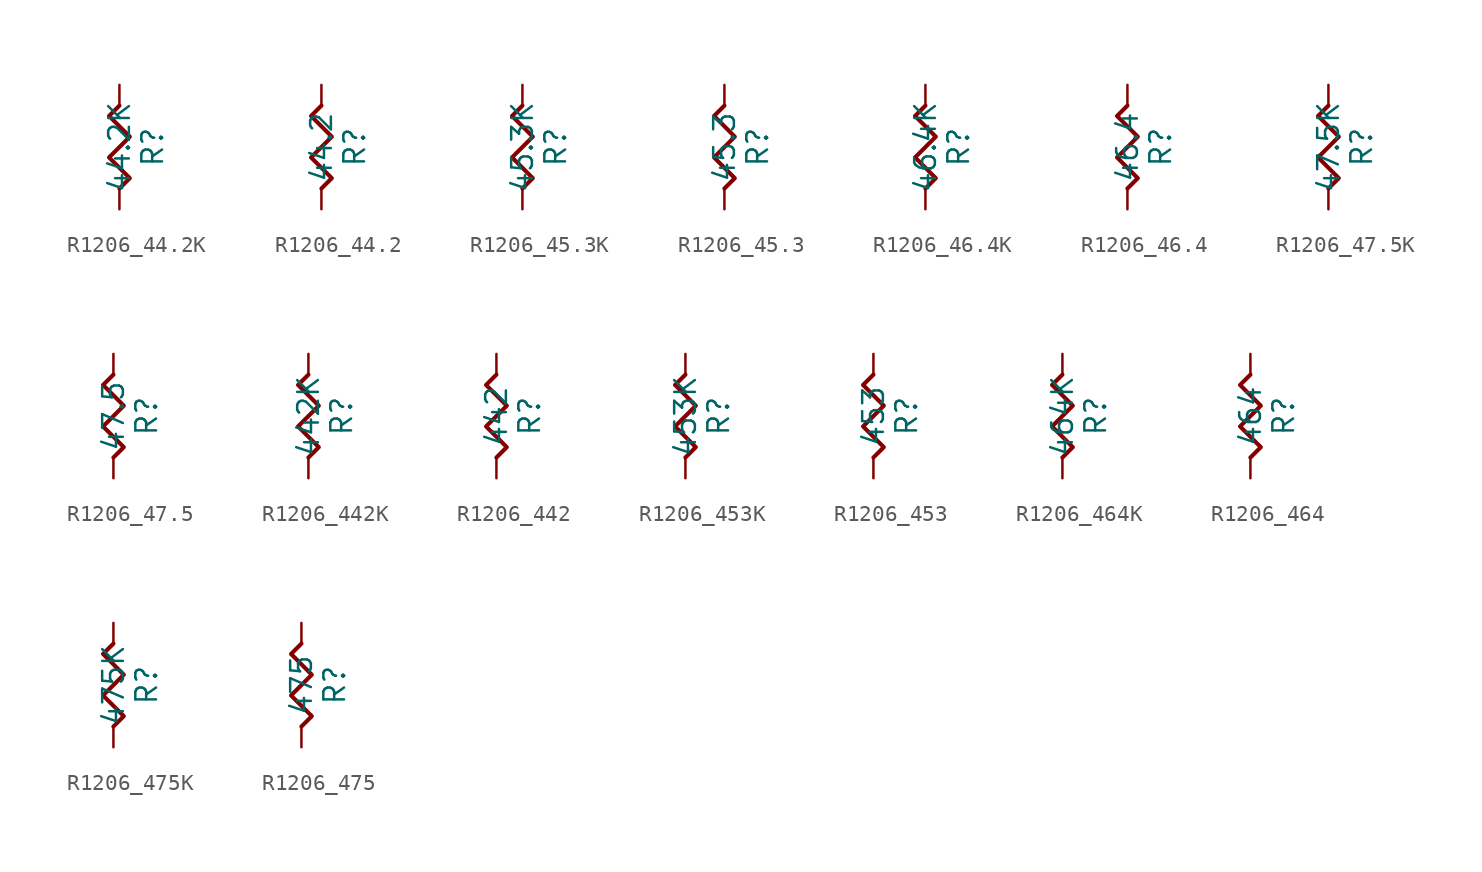
<source format=kicad_sym>
(kicad_symbol_lib
  (version 20211014)
  (generator atlantix-eda)
  (symbol "R1206_44.2K"
    (pin_numbers hide)
    (pin_names
      (offset 0))
    (property "Reference" "R"
      (at 2.032 0 90)
      (effects (font (size 1.27 1.27))))
    (property "Value" "44.2K"
      (at 0 0 90)
      (effects (font (size 1.27 1.27))))
    (symbol "R1206_44.2K_0_1"
      (polyline (pts (xy 0 -2.54) (xy 0.635 -1.905) (xy -0.635 -0.635) (xy 0.635 0.635) (xy -0.635 1.905) (xy 0 2.54)) (stroke (width 0.254) (type default) (color 0 0 0 0)) (fill (type none))))
    (symbol "R1206_44.2K_1_1"
      (pin passive line (at 0 3.81 270) (length 1.27) (name "~" (effects (font (size 1.27 1.27)))) (number "1" (effects (font (size 1.27 1.27)))))
      (pin passive line (at 0 -3.81 90) (length 1.27) (name "~" (effects (font (size 1.27 1.27)))) (number "2" (effects (font (size 1.27 1.27)))))))
  (symbol "R1206_44.2"
    (pin_numbers hide)
    (pin_names
      (offset 0))
    (property "Reference" "R"
      (at 2.032 0 90)
      (effects (font (size 1.27 1.27))))
    (property "Value" "44.2"
      (at 0 0 90)
      (effects (font (size 1.27 1.27))))
    (symbol "R1206_44.2_0_1"
      (polyline (pts (xy 0 -2.54) (xy 0.635 -1.905) (xy -0.635 -0.635) (xy 0.635 0.635) (xy -0.635 1.905) (xy 0 2.54)) (stroke (width 0.254) (type default) (color 0 0 0 0)) (fill (type none))))
    (symbol "R1206_44.2_1_1"
      (pin passive line (at 0 3.81 270) (length 1.27) (name "~" (effects (font (size 1.27 1.27)))) (number "1" (effects (font (size 1.27 1.27)))))
      (pin passive line (at 0 -3.81 90) (length 1.27) (name "~" (effects (font (size 1.27 1.27)))) (number "2" (effects (font (size 1.27 1.27)))))))
  (symbol "R1206_45.3K"
    (pin_numbers hide)
    (pin_names
      (offset 0))
    (property "Reference" "R"
      (at 2.032 0 90)
      (effects (font (size 1.27 1.27))))
    (property "Value" "45.3K"
      (at 0 0 90)
      (effects (font (size 1.27 1.27))))
    (symbol "R1206_45.3K_0_1"
      (polyline (pts (xy 0 -2.54) (xy 0.635 -1.905) (xy -0.635 -0.635) (xy 0.635 0.635) (xy -0.635 1.905) (xy 0 2.54)) (stroke (width 0.254) (type default) (color 0 0 0 0)) (fill (type none))))
    (symbol "R1206_45.3K_1_1"
      (pin passive line (at 0 3.81 270) (length 1.27) (name "~" (effects (font (size 1.27 1.27)))) (number "1" (effects (font (size 1.27 1.27)))))
      (pin passive line (at 0 -3.81 90) (length 1.27) (name "~" (effects (font (size 1.27 1.27)))) (number "2" (effects (font (size 1.27 1.27)))))))
  (symbol "R1206_45.3"
    (pin_numbers hide)
    (pin_names
      (offset 0))
    (property "Reference" "R"
      (at 2.032 0 90)
      (effects (font (size 1.27 1.27))))
    (property "Value" "45.3"
      (at 0 0 90)
      (effects (font (size 1.27 1.27))))
    (symbol "R1206_45.3_0_1"
      (polyline (pts (xy 0 -2.54) (xy 0.635 -1.905) (xy -0.635 -0.635) (xy 0.635 0.635) (xy -0.635 1.905) (xy 0 2.54)) (stroke (width 0.254) (type default) (color 0 0 0 0)) (fill (type none))))
    (symbol "R1206_45.3_1_1"
      (pin passive line (at 0 3.81 270) (length 1.27) (name "~" (effects (font (size 1.27 1.27)))) (number "1" (effects (font (size 1.27 1.27)))))
      (pin passive line (at 0 -3.81 90) (length 1.27) (name "~" (effects (font (size 1.27 1.27)))) (number "2" (effects (font (size 1.27 1.27)))))))
  (symbol "R1206_46.4K"
    (pin_numbers hide)
    (pin_names
      (offset 0))
    (property "Reference" "R"
      (at 2.032 0 90)
      (effects (font (size 1.27 1.27))))
    (property "Value" "46.4K"
      (at 0 0 90)
      (effects (font (size 1.27 1.27))))
    (symbol "R1206_46.4K_0_1"
      (polyline (pts (xy 0 -2.54) (xy 0.635 -1.905) (xy -0.635 -0.635) (xy 0.635 0.635) (xy -0.635 1.905) (xy 0 2.54)) (stroke (width 0.254) (type default) (color 0 0 0 0)) (fill (type none))))
    (symbol "R1206_46.4K_1_1"
      (pin passive line (at 0 3.81 270) (length 1.27) (name "~" (effects (font (size 1.27 1.27)))) (number "1" (effects (font (size 1.27 1.27)))))
      (pin passive line (at 0 -3.81 90) (length 1.27) (name "~" (effects (font (size 1.27 1.27)))) (number "2" (effects (font (size 1.27 1.27)))))))
  (symbol "R1206_46.4"
    (pin_numbers hide)
    (pin_names
      (offset 0))
    (property "Reference" "R"
      (at 2.032 0 90)
      (effects (font (size 1.27 1.27))))
    (property "Value" "46.4"
      (at 0 0 90)
      (effects (font (size 1.27 1.27))))
    (symbol "R1206_46.4_0_1"
      (polyline (pts (xy 0 -2.54) (xy 0.635 -1.905) (xy -0.635 -0.635) (xy 0.635 0.635) (xy -0.635 1.905) (xy 0 2.54)) (stroke (width 0.254) (type default) (color 0 0 0 0)) (fill (type none))))
    (symbol "R1206_46.4_1_1"
      (pin passive line (at 0 3.81 270) (length 1.27) (name "~" (effects (font (size 1.27 1.27)))) (number "1" (effects (font (size 1.27 1.27)))))
      (pin passive line (at 0 -3.81 90) (length 1.27) (name "~" (effects (font (size 1.27 1.27)))) (number "2" (effects (font (size 1.27 1.27)))))))
  (symbol "R1206_47.5K"
    (pin_numbers hide)
    (pin_names
      (offset 0))
    (property "Reference" "R"
      (at 2.032 0 90)
      (effects (font (size 1.27 1.27))))
    (property "Value" "47.5K"
      (at 0 0 90)
      (effects (font (size 1.27 1.27))))
    (symbol "R1206_47.5K_0_1"
      (polyline (pts (xy 0 -2.54) (xy 0.635 -1.905) (xy -0.635 -0.635) (xy 0.635 0.635) (xy -0.635 1.905) (xy 0 2.54)) (stroke (width 0.254) (type default) (color 0 0 0 0)) (fill (type none))))
    (symbol "R1206_47.5K_1_1"
      (pin passive line (at 0 3.81 270) (length 1.27) (name "~" (effects (font (size 1.27 1.27)))) (number "1" (effects (font (size 1.27 1.27)))))
      (pin passive line (at 0 -3.81 90) (length 1.27) (name "~" (effects (font (size 1.27 1.27)))) (number "2" (effects (font (size 1.27 1.27)))))))
  (symbol "R1206_47.5"
    (pin_numbers hide)
    (pin_names
      (offset 0))
    (property "Reference" "R"
      (at 2.032 0 90)
      (effects (font (size 1.27 1.27))))
    (property "Value" "47.5"
      (at 0 0 90)
      (effects (font (size 1.27 1.27))))
    (symbol "R1206_47.5_0_1"
      (polyline (pts (xy 0 -2.54) (xy 0.635 -1.905) (xy -0.635 -0.635) (xy 0.635 0.635) (xy -0.635 1.905) (xy 0 2.54)) (stroke (width 0.254) (type default) (color 0 0 0 0)) (fill (type none))))
    (symbol "R1206_47.5_1_1"
      (pin passive line (at 0 3.81 270) (length 1.27) (name "~" (effects (font (size 1.27 1.27)))) (number "1" (effects (font (size 1.27 1.27)))))
      (pin passive line (at 0 -3.81 90) (length 1.27) (name "~" (effects (font (size 1.27 1.27)))) (number "2" (effects (font (size 1.27 1.27)))))))
  (symbol "R1206_442K"
    (pin_numbers hide)
    (pin_names
      (offset 0))
    (property "Reference" "R"
      (at 2.032 0 90)
      (effects (font (size 1.27 1.27))))
    (property "Value" "442K"
      (at 0 0 90)
      (effects (font (size 1.27 1.27))))
    (symbol "R1206_442K_0_1"
      (polyline (pts (xy 0 -2.54) (xy 0.635 -1.905) (xy -0.635 -0.635) (xy 0.635 0.635) (xy -0.635 1.905) (xy 0 2.54)) (stroke (width 0.254) (type default) (color 0 0 0 0)) (fill (type none))))
    (symbol "R1206_442K_1_1"
      (pin passive line (at 0 3.81 270) (length 1.27) (name "~" (effects (font (size 1.27 1.27)))) (number "1" (effects (font (size 1.27 1.27)))))
      (pin passive line (at 0 -3.81 90) (length 1.27) (name "~" (effects (font (size 1.27 1.27)))) (number "2" (effects (font (size 1.27 1.27)))))))
  (symbol "R1206_442"
    (pin_numbers hide)
    (pin_names
      (offset 0))
    (property "Reference" "R"
      (at 2.032 0 90)
      (effects (font (size 1.27 1.27))))
    (property "Value" "442"
      (at 0 0 90)
      (effects (font (size 1.27 1.27))))
    (symbol "R1206_442_0_1"
      (polyline (pts (xy 0 -2.54) (xy 0.635 -1.905) (xy -0.635 -0.635) (xy 0.635 0.635) (xy -0.635 1.905) (xy 0 2.54)) (stroke (width 0.254) (type default) (color 0 0 0 0)) (fill (type none))))
    (symbol "R1206_442_1_1"
      (pin passive line (at 0 3.81 270) (length 1.27) (name "~" (effects (font (size 1.27 1.27)))) (number "1" (effects (font (size 1.27 1.27)))))
      (pin passive line (at 0 -3.81 90) (length 1.27) (name "~" (effects (font (size 1.27 1.27)))) (number "2" (effects (font (size 1.27 1.27)))))))
  (symbol "R1206_453K"
    (pin_numbers hide)
    (pin_names
      (offset 0))
    (property "Reference" "R"
      (at 2.032 0 90)
      (effects (font (size 1.27 1.27))))
    (property "Value" "453K"
      (at 0 0 90)
      (effects (font (size 1.27 1.27))))
    (symbol "R1206_453K_0_1"
      (polyline (pts (xy 0 -2.54) (xy 0.635 -1.905) (xy -0.635 -0.635) (xy 0.635 0.635) (xy -0.635 1.905) (xy 0 2.54)) (stroke (width 0.254) (type default) (color 0 0 0 0)) (fill (type none))))
    (symbol "R1206_453K_1_1"
      (pin passive line (at 0 3.81 270) (length 1.27) (name "~" (effects (font (size 1.27 1.27)))) (number "1" (effects (font (size 1.27 1.27)))))
      (pin passive line (at 0 -3.81 90) (length 1.27) (name "~" (effects (font (size 1.27 1.27)))) (number "2" (effects (font (size 1.27 1.27)))))))
  (symbol "R1206_453"
    (pin_numbers hide)
    (pin_names
      (offset 0))
    (property "Reference" "R"
      (at 2.032 0 90)
      (effects (font (size 1.27 1.27))))
    (property "Value" "453"
      (at 0 0 90)
      (effects (font (size 1.27 1.27))))
    (symbol "R1206_453_0_1"
      (polyline (pts (xy 0 -2.54) (xy 0.635 -1.905) (xy -0.635 -0.635) (xy 0.635 0.635) (xy -0.635 1.905) (xy 0 2.54)) (stroke (width 0.254) (type default) (color 0 0 0 0)) (fill (type none))))
    (symbol "R1206_453_1_1"
      (pin passive line (at 0 3.81 270) (length 1.27) (name "~" (effects (font (size 1.27 1.27)))) (number "1" (effects (font (size 1.27 1.27)))))
      (pin passive line (at 0 -3.81 90) (length 1.27) (name "~" (effects (font (size 1.27 1.27)))) (number "2" (effects (font (size 1.27 1.27)))))))
  (symbol "R1206_464K"
    (pin_numbers hide)
    (pin_names
      (offset 0))
    (property "Reference" "R"
      (at 2.032 0 90)
      (effects (font (size 1.27 1.27))))
    (property "Value" "464K"
      (at 0 0 90)
      (effects (font (size 1.27 1.27))))
    (symbol "R1206_464K_0_1"
      (polyline (pts (xy 0 -2.54) (xy 0.635 -1.905) (xy -0.635 -0.635) (xy 0.635 0.635) (xy -0.635 1.905) (xy 0 2.54)) (stroke (width 0.254) (type default) (color 0 0 0 0)) (fill (type none))))
    (symbol "R1206_464K_1_1"
      (pin passive line (at 0 3.81 270) (length 1.27) (name "~" (effects (font (size 1.27 1.27)))) (number "1" (effects (font (size 1.27 1.27)))))
      (pin passive line (at 0 -3.81 90) (length 1.27) (name "~" (effects (font (size 1.27 1.27)))) (number "2" (effects (font (size 1.27 1.27)))))))
  (symbol "R1206_464"
    (pin_numbers hide)
    (pin_names
      (offset 0))
    (property "Reference" "R"
      (at 2.032 0 90)
      (effects (font (size 1.27 1.27))))
    (property "Value" "464"
      (at 0 0 90)
      (effects (font (size 1.27 1.27))))
    (symbol "R1206_464_0_1"
      (polyline (pts (xy 0 -2.54) (xy 0.635 -1.905) (xy -0.635 -0.635) (xy 0.635 0.635) (xy -0.635 1.905) (xy 0 2.54)) (stroke (width 0.254) (type default) (color 0 0 0 0)) (fill (type none))))
    (symbol "R1206_464_1_1"
      (pin passive line (at 0 3.81 270) (length 1.27) (name "~" (effects (font (size 1.27 1.27)))) (number "1" (effects (font (size 1.27 1.27)))))
      (pin passive line (at 0 -3.81 90) (length 1.27) (name "~" (effects (font (size 1.27 1.27)))) (number "2" (effects (font (size 1.27 1.27)))))))
  (symbol "R1206_475K"
    (pin_numbers hide)
    (pin_names
      (offset 0))
    (property "Reference" "R"
      (at 2.032 0 90)
      (effects (font (size 1.27 1.27))))
    (property "Value" "475K"
      (at 0 0 90)
      (effects (font (size 1.27 1.27))))
    (symbol "R1206_475K_0_1"
      (polyline (pts (xy 0 -2.54) (xy 0.635 -1.905) (xy -0.635 -0.635) (xy 0.635 0.635) (xy -0.635 1.905) (xy 0 2.54)) (stroke (width 0.254) (type default) (color 0 0 0 0)) (fill (type none))))
    (symbol "R1206_475K_1_1"
      (pin passive line (at 0 3.81 270) (length 1.27) (name "~" (effects (font (size 1.27 1.27)))) (number "1" (effects (font (size 1.27 1.27)))))
      (pin passive line (at 0 -3.81 90) (length 1.27) (name "~" (effects (font (size 1.27 1.27)))) (number "2" (effects (font (size 1.27 1.27)))))))
  (symbol "R1206_475"
    (pin_numbers hide)
    (pin_names
      (offset 0))
    (property "Reference" "R"
      (at 2.032 0 90)
      (effects (font (size 1.27 1.27))))
    (property "Value" "475"
      (at 0 0 90)
      (effects (font (size 1.27 1.27))))
    (symbol "R1206_475_0_1"
      (polyline (pts (xy 0 -2.54) (xy 0.635 -1.905) (xy -0.635 -0.635) (xy 0.635 0.635) (xy -0.635 1.905) (xy 0 2.54)) (stroke (width 0.254) (type default) (color 0 0 0 0)) (fill (type none))))
    (symbol "R1206_475_1_1"
      (pin passive line (at 0 3.81 270) (length 1.27) (name "~" (effects (font (size 1.27 1.27)))) (number "1" (effects (font (size 1.27 1.27)))))
      (pin passive line (at 0 -3.81 90) (length 1.27) (name "~" (effects (font (size 1.27 1.27)))) (number "2" (effects (font (size 1.27 1.27))))))))
</source>
